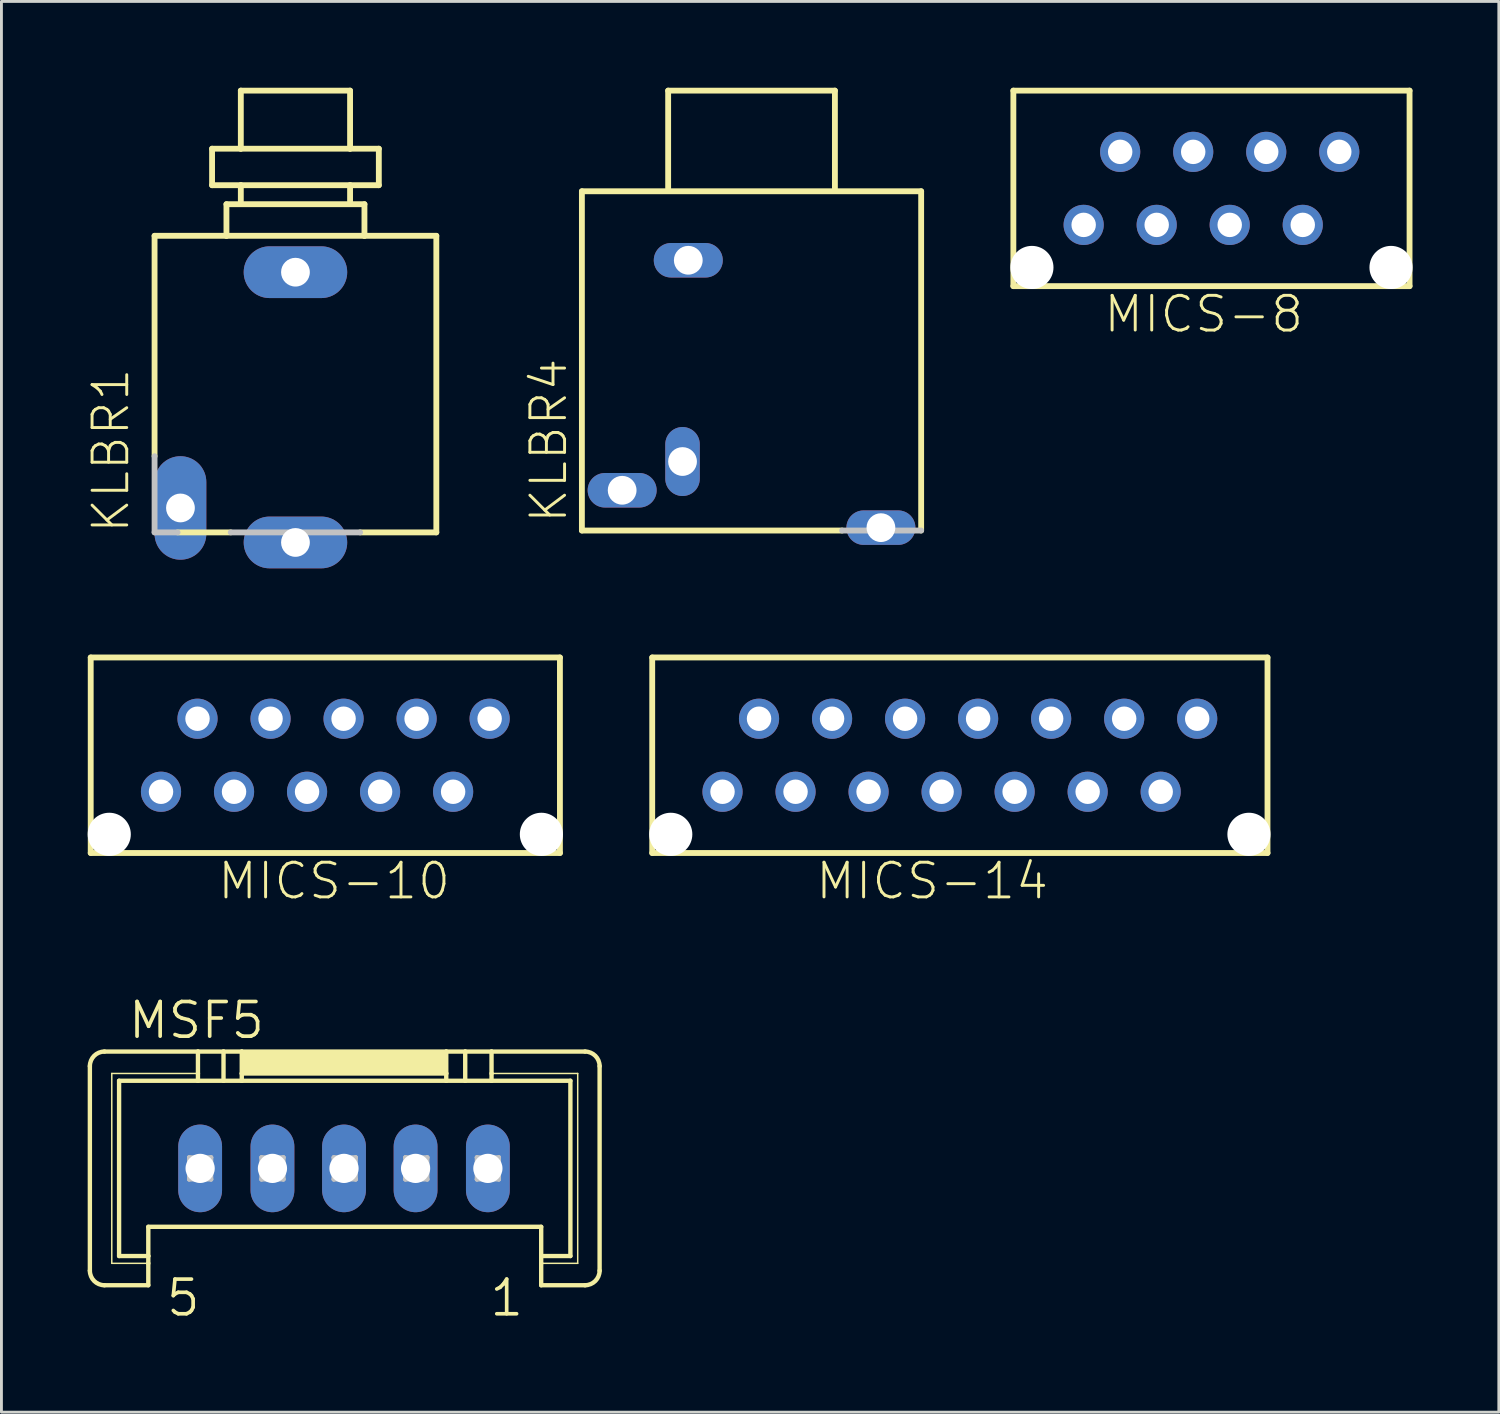
<source format=kicad_pcb>
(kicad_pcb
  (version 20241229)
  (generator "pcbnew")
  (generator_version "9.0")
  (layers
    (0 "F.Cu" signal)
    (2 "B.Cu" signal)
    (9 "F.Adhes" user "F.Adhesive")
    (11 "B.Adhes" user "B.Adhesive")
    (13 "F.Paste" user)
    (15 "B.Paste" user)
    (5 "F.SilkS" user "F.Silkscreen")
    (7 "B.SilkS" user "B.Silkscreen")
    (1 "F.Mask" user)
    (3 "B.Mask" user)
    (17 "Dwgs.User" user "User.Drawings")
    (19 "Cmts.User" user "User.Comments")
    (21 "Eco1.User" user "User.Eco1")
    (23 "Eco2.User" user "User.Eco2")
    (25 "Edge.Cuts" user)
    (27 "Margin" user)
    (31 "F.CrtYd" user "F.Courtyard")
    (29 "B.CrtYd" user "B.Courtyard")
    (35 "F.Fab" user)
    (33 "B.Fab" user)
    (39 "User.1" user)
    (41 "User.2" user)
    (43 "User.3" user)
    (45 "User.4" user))
  (footprint "MICS-8"
    (layer "F.Cu")
    (at 39.086 3.502)
    (property "Reference" "MICS-8" (at -3.81 5.08 0) (layer "F.SilkS") (effects (font (size 1.206 1.206) (thickness 0.102)) (justify left bottom)))
    (attr through_hole)
    (fp_line (start -6.89 -3.4) (end 6.89 -3.4) (stroke (width 0.203) (type solid)) (layer "F.SilkS"))
    (fp_line (start -6.89 3.4) (end -6.89 -3.4) (stroke (width 0.203) (type solid)) (layer "F.SilkS"))
    (fp_line (start 6.89 -3.4) (end 6.89 3.4) (stroke (width 0.203) (type solid)) (layer "F.SilkS"))
    (fp_line (start 6.89 3.4) (end -6.89 3.4) (stroke (width 0.203) (type solid)) (layer "F.SilkS"))
    (pad "" np_thru_hole circle (at -6.245 2.75) (size 1.5 1.5) (drill 1.5) (layers "*.Cu"))
    (pad "" np_thru_hole circle (at 6.245 2.75) (size 1.5 1.5) (drill 1.5) (layers "*.Cu"))
    (pad "1" thru_hole circle (at -4.445 1.27) (size 1.397 1.397) (drill 0.85) (layers "*.Cu" "*.Mask"))
    (pad "2" thru_hole circle (at -3.175 -1.27) (size 1.397 1.397) (drill 0.85) (layers "*.Cu" "*.Mask"))
    (pad "3" thru_hole circle (at -1.905 1.27) (size 1.397 1.397) (drill 0.85) (layers "*.Cu" "*.Mask"))
    (pad "4" thru_hole circle (at -0.635 -1.27) (size 1.397 1.397) (drill 0.85) (layers "*.Cu" "*.Mask"))
    (pad "5" thru_hole circle (at 0.635 1.27) (size 1.397 1.397) (drill 0.85) (layers "*.Cu" "*.Mask"))
    (pad "6" thru_hole circle (at 1.905 -1.27) (size 1.397 1.397) (drill 0.85) (layers "*.Cu" "*.Mask"))
    (pad "7" thru_hole circle (at 3.175 1.27) (size 1.397 1.397) (drill 0.85) (layers "*.Cu" "*.Mask"))
    (pad "8" thru_hole circle (at 4.445 -1.27) (size 1.397 1.397) (drill 0.85) (layers "*.Cu" "*.Mask")))
  (footprint "KLBR1"
    (layer "F.Cu")
    (at 7.226 11.117)
    (property "Reference" "KLBR1" (at -5.715 4.445 90) (layer "F.SilkS") (effects (font (size 1.206 1.206) (thickness 0.102)) (justify left bottom)))
    (attr through_hole)
    (fp_line (start -4.9 -5.965) (end -2.4 -5.965) (stroke (width 0.203) (type solid)) (layer "F.SilkS"))
    (fp_line (start -4.9 1.7) (end -4.9 -5.965) (stroke (width 0.203) (type solid)) (layer "F.SilkS"))
    (fp_line (start -2.9 -8.995) (end -1.9 -8.995) (stroke (width 0.203) (type solid)) (layer "F.SilkS"))
    (fp_line (start -2.9 -7.725) (end -2.9 -8.995) (stroke (width 0.203) (type solid)) (layer "F.SilkS"))
    (fp_line (start -2.9 -7.725) (end -1.9 -7.725) (stroke (width 0.203) (type solid)) (layer "F.SilkS"))
    (fp_line (start -2.4 -7.065) (end 2.4 -7.065) (stroke (width 0.203) (type solid)) (layer "F.SilkS"))
    (fp_line (start -2.4 -5.965) (end -2.4 -7.065) (stroke (width 0.203) (type solid)) (layer "F.SilkS"))
    (fp_line (start -2.4 -5.965) (end 2.4 -5.965) (stroke (width 0.203) (type solid)) (layer "F.SilkS"))
    (fp_line (start -2.25 4.35) (end -4.1 4.35) (stroke (width 0.203) (type solid)) (layer "F.SilkS"))
    (fp_line (start -1.9 -11.015) (end 1.9 -11.015) (stroke (width 0.203) (type solid)) (layer "F.SilkS"))
    (fp_line (start -1.9 -8.995) (end -1.9 -11.015) (stroke (width 0.203) (type solid)) (layer "F.SilkS"))
    (fp_line (start -1.9 -8.995) (end 1.9 -8.995) (stroke (width 0.203) (type solid)) (layer "F.SilkS"))
    (fp_line (start -1.9 -7.725) (end 1.9 -7.725) (stroke (width 0.203) (type solid)) (layer "F.SilkS"))
    (fp_line (start -1.9 -7.165) (end -1.9 -7.725) (stroke (width 0.203) (type solid)) (layer "F.SilkS"))
    (fp_line (start 1.9 -11.015) (end 1.9 -8.995) (stroke (width 0.203) (type solid)) (layer "F.SilkS"))
    (fp_line (start 1.9 -8.995) (end 2.9 -8.995) (stroke (width 0.203) (type solid)) (layer "F.SilkS"))
    (fp_line (start 1.9 -7.725) (end 1.9 -7.165) (stroke (width 0.203) (type solid)) (layer "F.SilkS"))
    (fp_line (start 1.9 -7.725) (end 2.9 -7.725) (stroke (width 0.203) (type solid)) (layer "F.SilkS"))
    (fp_line (start 2.4 -7.065) (end 2.4 -5.965) (stroke (width 0.203) (type solid)) (layer "F.SilkS"))
    (fp_line (start 2.4 -5.965) (end 4.9 -5.965) (stroke (width 0.203) (type solid)) (layer "F.SilkS"))
    (fp_line (start 2.9 -8.995) (end 2.9 -7.725) (stroke (width 0.203) (type solid)) (layer "F.SilkS"))
    (fp_line (start 4.9 -5.965) (end 4.9 4.35) (stroke (width 0.203) (type solid)) (layer "F.SilkS"))
    (fp_line (start 4.9 4.35) (end 2.25 4.35) (stroke (width 0.203) (type solid)) (layer "F.SilkS"))
    (fp_line (start -4.9 4.35) (end -4.9 1.7) (stroke (width 0.203) (type solid)) (layer "Dwgs.User"))
    (fp_line (start -4.1 4.35) (end -4.9 4.35) (stroke (width 0.203) (type solid)) (layer "Dwgs.User"))
    (fp_line (start 2.25 4.35) (end -2.25 4.35) (stroke (width 0.203) (type solid)) (layer "Dwgs.User"))
    (pad "3" thru_hole oval (at 0 4.7) (size 3.6 1.8) (drill 1) (layers "*.Cu" "*.Mask"))
    (pad "4" thru_hole oval (at -4 3.5 90) (size 3.6 1.8) (drill 1) (layers "*.Cu" "*.Mask"))
    (pad "5" thru_hole oval (at 0 -4.7) (size 3.6 1.8) (drill 1) (layers "*.Cu" "*.Mask")))
  (footprint "MICS-10"
    (layer "F.Cu")
    (at 8.265 23.218)
    (property "Reference" "MICS-10" (at -3.81 5.08 0) (layer "F.SilkS") (effects (font (size 1.206 1.206) (thickness 0.102)) (justify left bottom)))
    (attr through_hole)
    (fp_line (start -8.16 -3.4) (end 8.16 -3.4) (stroke (width 0.203) (type solid)) (layer "F.SilkS"))
    (fp_line (start -8.16 3.4) (end -8.16 -3.4) (stroke (width 0.203) (type solid)) (layer "F.SilkS"))
    (fp_line (start 8.16 -3.4) (end 8.16 3.4) (stroke (width 0.203) (type solid)) (layer "F.SilkS"))
    (fp_line (start 8.16 3.4) (end -8.16 3.4) (stroke (width 0.203) (type solid)) (layer "F.SilkS"))
    (pad "" np_thru_hole circle (at -7.515 2.75) (size 1.5 1.5) (drill 1.5) (layers "*.Cu"))
    (pad "" np_thru_hole circle (at 7.515 2.75) (size 1.5 1.5) (drill 1.5) (layers "*.Cu"))
    (pad "1" thru_hole circle (at -5.715 1.27) (size 1.397 1.397) (drill 0.85) (layers "*.Cu" "*.Mask"))
    (pad "2" thru_hole circle (at -4.445 -1.27) (size 1.397 1.397) (drill 0.85) (layers "*.Cu" "*.Mask"))
    (pad "3" thru_hole circle (at -3.175 1.27) (size 1.397 1.397) (drill 0.85) (layers "*.Cu" "*.Mask"))
    (pad "4" thru_hole circle (at -1.905 -1.27) (size 1.397 1.397) (drill 0.85) (layers "*.Cu" "*.Mask"))
    (pad "5" thru_hole circle (at -0.635 1.27) (size 1.397 1.397) (drill 0.85) (layers "*.Cu" "*.Mask"))
    (pad "6" thru_hole circle (at 0.635 -1.27) (size 1.397 1.397) (drill 0.85) (layers "*.Cu" "*.Mask"))
    (pad "7" thru_hole circle (at 1.905 1.27) (size 1.397 1.397) (drill 0.85) (layers "*.Cu" "*.Mask"))
    (pad "8" thru_hole circle (at 3.175 -1.27) (size 1.397 1.397) (drill 0.85) (layers "*.Cu" "*.Mask"))
    (pad "9" thru_hole circle (at 4.445 1.27) (size 1.397 1.397) (drill 0.85) (layers "*.Cu" "*.Mask"))
    (pad "10" thru_hole circle (at 5.715 -1.27) (size 1.397 1.397) (drill 0.85) (layers "*.Cu" "*.Mask")))
  (footprint "MICS-14"
    (layer "F.Cu")
    (at 30.335 23.218)
    (property "Reference" "MICS-14" (at -5.08 5.08 0) (layer "F.SilkS") (effects (font (size 1.206 1.206) (thickness 0.102)) (justify left bottom)))
    (attr through_hole)
    (fp_line (start -10.7 -3.4) (end 10.7 -3.4) (stroke (width 0.203) (type solid)) (layer "F.SilkS"))
    (fp_line (start -10.7 3.4) (end -10.7 -3.4) (stroke (width 0.203) (type solid)) (layer "F.SilkS"))
    (fp_line (start 10.7 -3.4) (end 10.7 3.4) (stroke (width 0.203) (type solid)) (layer "F.SilkS"))
    (fp_line (start 10.7 3.4) (end -10.7 3.4) (stroke (width 0.203) (type solid)) (layer "F.SilkS"))
    (pad "" np_thru_hole circle (at -10.055 2.75) (size 1.5 1.5) (drill 1.5) (layers "*.Cu"))
    (pad "" np_thru_hole circle (at 10.055 2.75) (size 1.5 1.5) (drill 1.5) (layers "*.Cu"))
    (pad "1" thru_hole circle (at -8.255 1.27) (size 1.397 1.397) (drill 0.85) (layers "*.Cu" "*.Mask"))
    (pad "2" thru_hole circle (at -6.985 -1.27) (size 1.397 1.397) (drill 0.85) (layers "*.Cu" "*.Mask"))
    (pad "3" thru_hole circle (at -5.715 1.27) (size 1.397 1.397) (drill 0.85) (layers "*.Cu" "*.Mask"))
    (pad "4" thru_hole circle (at -4.445 -1.27) (size 1.397 1.397) (drill 0.85) (layers "*.Cu" "*.Mask"))
    (pad "5" thru_hole circle (at -3.175 1.27) (size 1.397 1.397) (drill 0.85) (layers "*.Cu" "*.Mask"))
    (pad "6" thru_hole circle (at -1.905 -1.27) (size 1.397 1.397) (drill 0.85) (layers "*.Cu" "*.Mask"))
    (pad "7" thru_hole circle (at -0.635 1.27) (size 1.397 1.397) (drill 0.85) (layers "*.Cu" "*.Mask"))
    (pad "8" thru_hole circle (at 0.635 -1.27) (size 1.397 1.397) (drill 0.85) (layers "*.Cu" "*.Mask"))
    (pad "9" thru_hole circle (at 1.905 1.27) (size 1.397 1.397) (drill 0.85) (layers "*.Cu" "*.Mask"))
    (pad "10" thru_hole circle (at 3.175 -1.27) (size 1.397 1.397) (drill 0.85) (layers "*.Cu" "*.Mask"))
    (pad "11" thru_hole circle (at 4.445 1.27) (size 1.397 1.397) (drill 0.85) (layers "*.Cu" "*.Mask"))
    (pad "12" thru_hole circle (at 5.715 -1.27) (size 1.397 1.397) (drill 0.85) (layers "*.Cu" "*.Mask"))
    (pad "13" thru_hole circle (at 6.985 1.27) (size 1.397 1.397) (drill 0.85) (layers "*.Cu" "*.Mask"))
    (pad "14" thru_hole circle (at 8.255 -1.27) (size 1.397 1.397) (drill 0.85) (layers "*.Cu" "*.Mask")))
  (footprint "KLBR4"
    (layer "F.Cu")
    (at 23.089 9.502)
    (property "Reference" "KLBR4" (at -6.35 5.715 90) (layer "F.SilkS") (effects (font (size 1.206 1.206) (thickness 0.102)) (justify left bottom)))
    (attr through_hole)
    (fp_line (start -5.9 -5.9) (end 5.9 -5.9) (stroke (width 0.203) (type solid)) (layer "F.SilkS"))
    (fp_line (start -5.9 5.9) (end -5.9 -5.9) (stroke (width 0.203) (type solid)) (layer "F.SilkS"))
    (fp_line (start -2.9 -9.4) (end 2.9 -9.4) (stroke (width 0.203) (type solid)) (layer "F.SilkS"))
    (fp_line (start -2.9 -6) (end -2.9 -9.4) (stroke (width 0.203) (type solid)) (layer "F.SilkS"))
    (fp_line (start 2.9 -9.4) (end 2.9 -6) (stroke (width 0.203) (type solid)) (layer "F.SilkS"))
    (fp_line (start 3.15 5.9) (end -5.9 5.9) (stroke (width 0.203) (type solid)) (layer "F.SilkS"))
    (fp_line (start 5.9 -5.9) (end 5.9 5.9) (stroke (width 0.203) (type solid)) (layer "F.SilkS"))
    (fp_line (start 5.9 5.9) (end 3.15 5.9) (stroke (width 0.203) (type solid)) (layer "Dwgs.User"))
    (pad "B" thru_hole oval (at -2.4 3.5 90) (size 2.4 1.2) (drill 1) (layers "*.Cu" "*.Mask"))
    (pad "R" thru_hole oval (at -4.5 4.5) (size 2.4 1.2) (drill 1) (layers "*.Cu" "*.Mask"))
    (pad "S" thru_hole oval (at -2.2 -3.5) (size 2.4 1.2) (drill 1) (layers "*.Cu" "*.Mask"))
    (pad "T" thru_hole oval (at 4.5 5.8) (size 2.4 1.2) (drill 1) (layers "*.Cu" "*.Mask")))
  (footprint "MSF5"
    (layer "F.Cu")
    (at 8.915 35.048)
    (property "Reference" "MSF5" (at -7.569 -1.905 0) (layer "F.SilkS") (effects (font (size 1.206 1.206) (thickness 0.127)) (justify left bottom)))
    (attr through_hole)
    (fp_line (start -8.839 6.096) (end -8.839 -1.016) (stroke (width 0.152) (type solid)) (layer "F.SilkS"))
    (fp_line (start -8.331 -1.524) (end -5.08 -1.524) (stroke (width 0.152) (type solid)) (layer "F.SilkS"))
    (fp_line (start -8.077 -0.762) (end -5.08 -0.762) (stroke (width 0.051) (type solid)) (layer "F.SilkS"))
    (fp_line (start -8.077 5.842) (end -8.077 -0.762) (stroke (width 0.051) (type solid)) (layer "F.SilkS"))
    (fp_line (start -7.823 -0.508) (end -5.08 -0.508) (stroke (width 0.152) (type solid)) (layer "F.SilkS"))
    (fp_line (start -7.823 5.588) (end -7.823 -0.508) (stroke (width 0.152) (type solid)) (layer "F.SilkS"))
    (fp_line (start -6.807 5.588) (end -7.823 5.588) (stroke (width 0.152) (type solid)) (layer "F.SilkS"))
    (fp_line (start -6.807 5.588) (end -6.807 4.572) (stroke (width 0.152) (type solid)) (layer "F.SilkS"))
    (fp_line (start -6.807 5.588) (end -6.807 5.842) (stroke (width 0.152) (type solid)) (layer "F.SilkS"))
    (fp_line (start -6.807 5.842) (end -8.077 5.842) (stroke (width 0.051) (type solid)) (layer "F.SilkS"))
    (fp_line (start -6.807 5.842) (end -6.807 6.604) (stroke (width 0.152) (type solid)) (layer "F.SilkS"))
    (fp_line (start -6.807 6.604) (end -8.331 6.604) (stroke (width 0.152) (type solid)) (layer "F.SilkS"))
    (fp_line (start -5.08 -1.524) (end -5.08 -0.762) (stroke (width 0.152) (type solid)) (layer "F.SilkS"))
    (fp_line (start -5.08 -1.524) (end -4.191 -1.524) (stroke (width 0.152) (type solid)) (layer "F.SilkS"))
    (fp_line (start -5.08 -0.762) (end -5.08 -0.508) (stroke (width 0.152) (type solid)) (layer "F.SilkS"))
    (fp_line (start -5.08 -0.508) (end -4.191 -0.508) (stroke (width 0.152) (type solid)) (layer "F.SilkS"))
    (fp_line (start -4.191 -1.524) (end -4.191 -0.508) (stroke (width 0.152) (type solid)) (layer "F.SilkS"))
    (fp_line (start -4.191 -1.524) (end -3.556 -1.524) (stroke (width 0.152) (type solid)) (layer "F.SilkS"))
    (fp_line (start -4.191 -0.508) (end -3.556 -0.508) (stroke (width 0.152) (type solid)) (layer "F.SilkS"))
    (fp_line (start -3.556 -1.524) (end -3.556 -0.762) (stroke (width 0.152) (type solid)) (layer "F.SilkS"))
    (fp_line (start -3.556 -1.524) (end 3.556 -1.524) (stroke (width 0.152) (type solid)) (layer "F.SilkS"))
    (fp_line (start -3.556 -0.762) (end -3.556 -0.508) (stroke (width 0.152) (type solid)) (layer "F.SilkS"))
    (fp_line (start -3.556 -0.762) (end 3.556 -0.762) (stroke (width 0.152) (type solid)) (layer "F.SilkS"))
    (fp_line (start -3.556 -0.508) (end 3.556 -0.508) (stroke (width 0.152) (type solid)) (layer "F.SilkS"))
    (fp_line (start 3.556 -1.524) (end 3.556 -0.762) (stroke (width 0.152) (type solid)) (layer "F.SilkS"))
    (fp_line (start 3.556 -1.524) (end 4.216 -1.524) (stroke (width 0.152) (type solid)) (layer "F.SilkS"))
    (fp_line (start 3.556 -0.762) (end 3.556 -0.508) (stroke (width 0.152) (type solid)) (layer "F.SilkS"))
    (fp_line (start 3.556 -0.508) (end 4.216 -0.508) (stroke (width 0.152) (type solid)) (layer "F.SilkS"))
    (fp_line (start 4.216 -1.524) (end 4.216 -0.508) (stroke (width 0.152) (type solid)) (layer "F.SilkS"))
    (fp_line (start 4.216 -1.524) (end 5.131 -1.524) (stroke (width 0.152) (type solid)) (layer "F.SilkS"))
    (fp_line (start 4.216 -0.508) (end 5.131 -0.508) (stroke (width 0.152) (type solid)) (layer "F.SilkS"))
    (fp_line (start 5.131 -1.524) (end 5.131 -0.762) (stroke (width 0.152) (type solid)) (layer "F.SilkS"))
    (fp_line (start 5.131 -1.524) (end 8.382 -1.524) (stroke (width 0.152) (type solid)) (layer "F.SilkS"))
    (fp_line (start 5.131 -0.762) (end 5.131 -0.508) (stroke (width 0.152) (type solid)) (layer "F.SilkS"))
    (fp_line (start 5.131 -0.508) (end 7.874 -0.508) (stroke (width 0.152) (type solid)) (layer "F.SilkS"))
    (fp_line (start 6.858 4.572) (end -6.807 4.572) (stroke (width 0.152) (type solid)) (layer "F.SilkS"))
    (fp_line (start 6.858 5.588) (end 6.858 4.572) (stroke (width 0.152) (type solid)) (layer "F.SilkS"))
    (fp_line (start 6.858 5.842) (end 6.858 5.588) (stroke (width 0.152) (type solid)) (layer "F.SilkS"))
    (fp_line (start 6.858 6.604) (end 6.858 5.842) (stroke (width 0.152) (type solid)) (layer "F.SilkS"))
    (fp_line (start 7.874 -0.508) (end 7.874 5.588) (stroke (width 0.152) (type solid)) (layer "F.SilkS"))
    (fp_line (start 7.874 5.588) (end 6.858 5.588) (stroke (width 0.152) (type solid)) (layer "F.SilkS"))
    (fp_line (start 8.128 -0.762) (end 5.131 -0.762) (stroke (width 0.051) (type solid)) (layer "F.SilkS"))
    (fp_line (start 8.128 -0.762) (end 8.128 5.842) (stroke (width 0.051) (type solid)) (layer "F.SilkS"))
    (fp_line (start 8.128 5.842) (end 6.858 5.842) (stroke (width 0.051) (type solid)) (layer "F.SilkS"))
    (fp_line (start 8.382 6.604) (end 6.858 6.604) (stroke (width 0.152) (type solid)) (layer "F.SilkS"))
    (fp_line (start 8.89 -1.016) (end 8.89 6.096) (stroke (width 0.152) (type solid)) (layer "F.SilkS"))
    (fp_arc (start -8.8392 -1.016) (mid -8.69041 -1.37521) (end -8.3312 -1.524) (stroke (width 0.1524) (type solid)) (layer "F.SilkS"))
    (fp_arc (start -8.3312 6.604) (mid -8.69041 6.45521) (end -8.8392 6.096) (stroke (width 0.1524) (type solid)) (layer "F.SilkS"))
    (fp_arc (start 8.382 -1.524) (mid 8.74121 -1.37521) (end 8.89 -1.016) (stroke (width 0.1524) (type solid)) (layer "F.SilkS"))
    (fp_arc (start 8.89 6.096) (mid 8.74121 6.45521) (end 8.382 6.604) (stroke (width 0.1524) (type solid)) (layer "F.SilkS"))
    (fp_poly (pts (xy -3.556 -0.762) (xy 3.556 -0.762) (xy 3.556 -1.524) (xy -3.556 -1.524)) (stroke (width 0) (type solid)) (fill yes) (layer "F.SilkS"))
    (fp_line (start -5.385 2.159) (end -5.385 2.921) (stroke (width 0.152) (type solid)) (layer "Dwgs.User"))
    (fp_line (start -5.385 2.159) (end -4.623 2.921) (stroke (width 0.152) (type solid)) (layer "Dwgs.User"))
    (fp_line (start -5.385 2.921) (end -4.623 2.921) (stroke (width 0.152) (type solid)) (layer "Dwgs.User"))
    (fp_line (start -4.623 2.159) (end -5.385 2.159) (stroke (width 0.152) (type solid)) (layer "Dwgs.User"))
    (fp_line (start -4.623 2.159) (end -5.385 2.921) (stroke (width 0.152) (type solid)) (layer "Dwgs.User"))
    (fp_line (start -4.623 2.921) (end -4.623 2.159) (stroke (width 0.152) (type solid)) (layer "Dwgs.User"))
    (fp_line (start -2.87 2.159) (end -2.87 2.921) (stroke (width 0.152) (type solid)) (layer "Dwgs.User"))
    (fp_line (start -2.87 2.159) (end -2.108 2.921) (stroke (width 0.152) (type solid)) (layer "Dwgs.User"))
    (fp_line (start -2.87 2.921) (end -2.108 2.921) (stroke (width 0.152) (type solid)) (layer "Dwgs.User"))
    (fp_line (start -2.108 2.159) (end -2.87 2.159) (stroke (width 0.152) (type solid)) (layer "Dwgs.User"))
    (fp_line (start -2.108 2.159) (end -2.87 2.921) (stroke (width 0.152) (type solid)) (layer "Dwgs.User"))
    (fp_line (start -2.108 2.921) (end -2.108 2.159) (stroke (width 0.152) (type solid)) (layer "Dwgs.User"))
    (fp_line (start -0.356 2.159) (end -0.356 2.921) (stroke (width 0.152) (type solid)) (layer "Dwgs.User"))
    (fp_line (start -0.356 2.159) (end 0.406 2.921) (stroke (width 0.152) (type solid)) (layer "Dwgs.User"))
    (fp_line (start -0.356 2.921) (end 0.406 2.921) (stroke (width 0.152) (type solid)) (layer "Dwgs.User"))
    (fp_line (start 0.406 2.159) (end -0.356 2.159) (stroke (width 0.152) (type solid)) (layer "Dwgs.User"))
    (fp_line (start 0.406 2.159) (end -0.356 2.921) (stroke (width 0.152) (type solid)) (layer "Dwgs.User"))
    (fp_line (start 0.406 2.921) (end 0.406 2.159) (stroke (width 0.152) (type solid)) (layer "Dwgs.User"))
    (fp_line (start 2.134 2.159) (end 2.134 2.921) (stroke (width 0.152) (type solid)) (layer "Dwgs.User"))
    (fp_line (start 2.134 2.159) (end 2.896 2.921) (stroke (width 0.152) (type solid)) (layer "Dwgs.User"))
    (fp_line (start 2.134 2.921) (end 2.896 2.921) (stroke (width 0.152) (type solid)) (layer "Dwgs.User"))
    (fp_line (start 2.896 2.159) (end 2.134 2.159) (stroke (width 0.152) (type solid)) (layer "Dwgs.User"))
    (fp_line (start 2.896 2.159) (end 2.134 2.921) (stroke (width 0.152) (type solid)) (layer "Dwgs.User"))
    (fp_line (start 2.896 2.921) (end 2.896 2.159) (stroke (width 0.152) (type solid)) (layer "Dwgs.User"))
    (fp_line (start 4.623 2.159) (end 4.623 2.921) (stroke (width 0.152) (type solid)) (layer "Dwgs.User"))
    (fp_line (start 4.623 2.159) (end 5.385 2.921) (stroke (width 0.152) (type solid)) (layer "Dwgs.User"))
    (fp_line (start 4.623 2.921) (end 5.385 2.921) (stroke (width 0.152) (type solid)) (layer "Dwgs.User"))
    (fp_line (start 5.385 2.159) (end 4.623 2.159) (stroke (width 0.152) (type solid)) (layer "Dwgs.User"))
    (fp_line (start 5.385 2.159) (end 4.623 2.921) (stroke (width 0.152) (type solid)) (layer "Dwgs.User"))
    (fp_line (start 5.385 2.921) (end 5.385 2.159) (stroke (width 0.152) (type solid)) (layer "Dwgs.User"))
    (fp_text user "5" (at -6.25 7.75 0) (layer "F.SilkS") (effects (font (size 1.206 1.206) (thickness 0.127)) (justify left bottom)))
    (fp_text user "1" (at 5 7.75 0) (layer "F.SilkS") (effects (font (size 1.206 1.206) (thickness 0.127)) (justify left bottom)))
    (pad "1" thru_hole oval (at 5.004 2.54 90) (size 3.048 1.524) (drill 1.016) (layers "*.Cu" "*.Mask"))
    (pad "2" thru_hole oval (at 2.489 2.54 90) (size 3.048 1.524) (drill 1.016) (layers "*.Cu" "*.Mask"))
    (pad "3" thru_hole oval (at 0 2.54 90) (size 3.048 1.524) (drill 1.016) (layers "*.Cu" "*.Mask"))
    (pad "4" thru_hole oval (at -2.489 2.54 90) (size 3.048 1.524) (drill 1.016) (layers "*.Cu" "*.Mask"))
    (pad "5" thru_hole oval (at -5.004 2.54 90) (size 3.048 1.524) (drill 1.016) (layers "*.Cu" "*.Mask")))
  (gr_rect
    (start -3 -3)
    (end 49.081 46.067)
    (stroke (width 0.1) (type default))
    (fill no)
    (layer "Edge.Cuts")))
</source>
